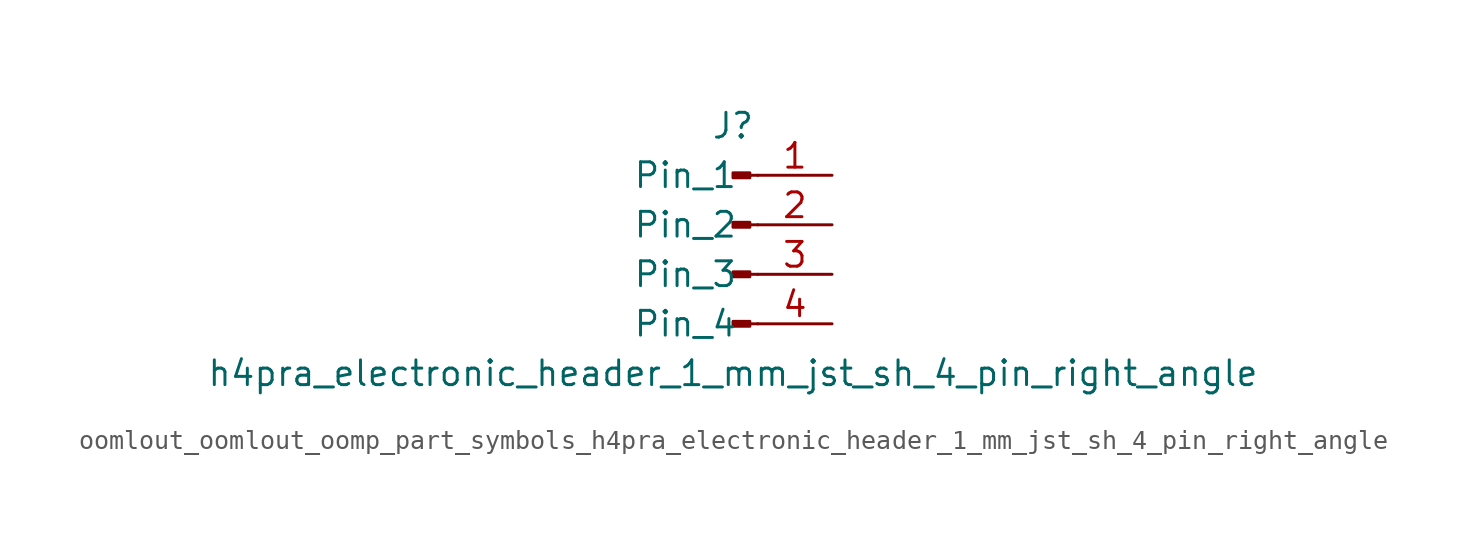
<source format=kicad_sym>
(kicad_symbol_lib
  (version 20220914)
  (generator kicad_symbol_editor)
  (symbol "oomlout_oomlout_oomp_part_symbols_h4pra_electronic_header_1_mm_jst_sh_4_pin_right_angle"
    (pin_names
      (offset 1.016))
    (property "Reference" "J"
      (at 0 5.08 0)
      (effects (font (size 1.27 1.27))))
    (property "Value" "h4pra_electronic_header_1_mm_jst_sh_4_pin_right_angle"
      (at 0 -7.62 0)
      (effects (font (size 1.27 1.27))))
    (property "ki_locked" ""
      (at 0 0 0)
      (effects (font (size 1.27 1.27))))
    (symbol "oomlout_oomlout_oomp_part_symbols_h4pra_electronic_header_1_mm_jst_sh_4_pin_right_angle_1_1"
      (polyline (pts (xy 1.27 -5.08) (xy 0.864 -5.08)) (stroke (width 0.152) (type default)) (fill (type none)))
      (polyline (pts (xy 1.27 -2.54) (xy 0.864 -2.54)) (stroke (width 0.152) (type default)) (fill (type none)))
      (polyline (pts (xy 1.27 0) (xy 0.864 0)) (stroke (width 0.152) (type default)) (fill (type none)))
      (polyline (pts (xy 1.27 2.54) (xy 0.864 2.54)) (stroke (width 0.152) (type default)) (fill (type none)))
      (rectangle (start 0.864 -4.953) (end 0 -5.207) (stroke (width 0.152) (type default)) (fill (type outline)))
      (rectangle (start 0.864 -2.413) (end 0 -2.667) (stroke (width 0.152) (type default)) (fill (type outline)))
      (rectangle (start 0.864 0.127) (end 0 -0.127) (stroke (width 0.152) (type default)) (fill (type outline)))
      (rectangle (start 0.864 2.667) (end 0 2.413) (stroke (width 0.152) (type default)) (fill (type outline)))
      (pin passive line (at 5.08 2.54 180) (length 3.81) (name "Pin_1" (effects (font (size 1.27 1.27)))) (number "1" (effects (font (size 1.27 1.27)))))
      (pin passive line (at 5.08 0 180) (length 3.81) (name "Pin_2" (effects (font (size 1.27 1.27)))) (number "2" (effects (font (size 1.27 1.27)))))
      (pin passive line (at 5.08 -2.54 180) (length 3.81) (name "Pin_3" (effects (font (size 1.27 1.27)))) (number "3" (effects (font (size 1.27 1.27)))))
      (pin passive line (at 5.08 -5.08 180) (length 3.81) (name "Pin_4" (effects (font (size 1.27 1.27)))) (number "4" (effects (font (size 1.27 1.27))))))))
</source>
